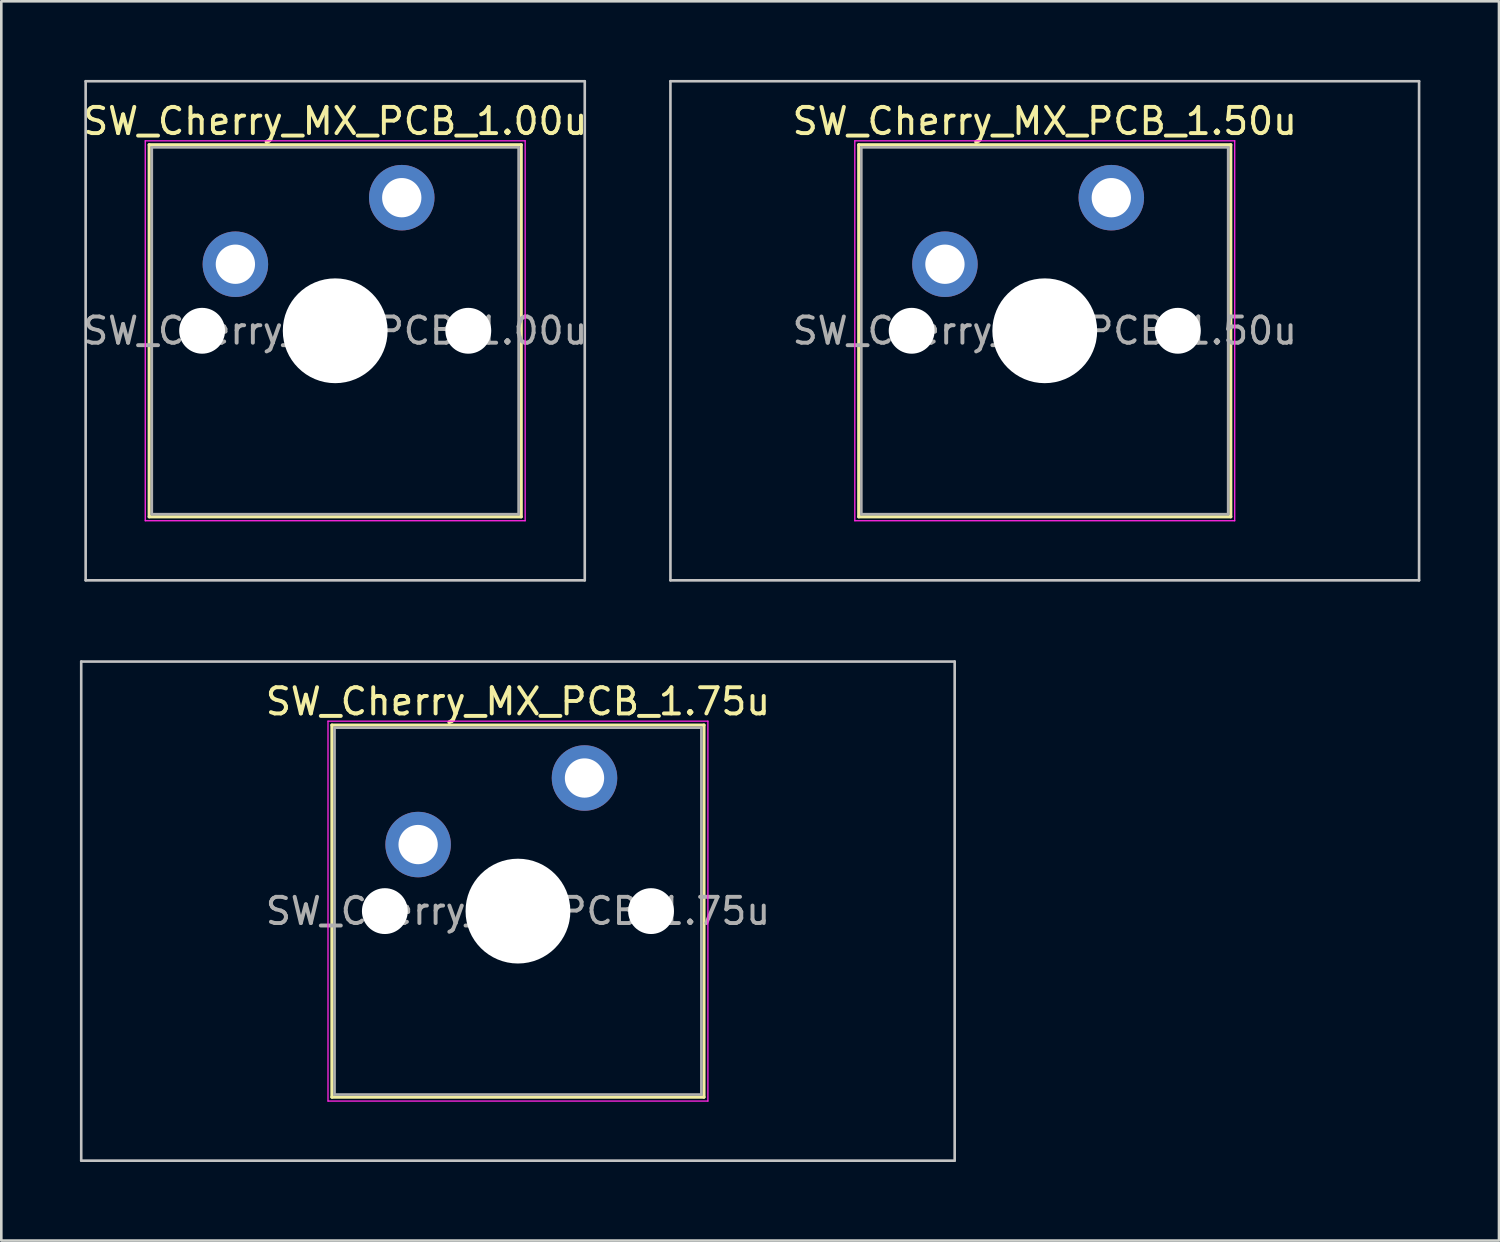
<source format=kicad_pcb>
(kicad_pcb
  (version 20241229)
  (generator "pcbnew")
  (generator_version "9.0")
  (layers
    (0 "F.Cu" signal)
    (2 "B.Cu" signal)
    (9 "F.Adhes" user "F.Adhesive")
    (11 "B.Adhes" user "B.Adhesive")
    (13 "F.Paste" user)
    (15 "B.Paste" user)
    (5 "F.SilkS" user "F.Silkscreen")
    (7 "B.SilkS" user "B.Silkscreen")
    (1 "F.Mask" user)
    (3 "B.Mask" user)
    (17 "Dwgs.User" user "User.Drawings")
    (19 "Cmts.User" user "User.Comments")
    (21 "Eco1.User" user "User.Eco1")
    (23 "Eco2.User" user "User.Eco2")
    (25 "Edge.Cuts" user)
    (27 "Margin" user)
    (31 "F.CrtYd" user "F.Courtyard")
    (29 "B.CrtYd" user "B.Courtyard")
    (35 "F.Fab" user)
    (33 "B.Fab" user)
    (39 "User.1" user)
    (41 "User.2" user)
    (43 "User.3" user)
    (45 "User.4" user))
  (footprint "SW_Cherry_MX_PCB_1.75u"
    (layer "F.Cu")
    (at 16.719 31.725)
    (property "Reference" "SW_Cherry_MX_PCB_1.75u" (at 0 -8 0) (layer "F.SilkS") (effects (font (size 1 1) (thickness 0.15))))
    (attr through_hole)
    (fp_line (start -7.1 -7.1) (end -7.1 7.1) (stroke (width 0.12) (type solid)) (layer "F.SilkS"))
    (fp_line (start -7.1 7.1) (end 7.1 7.1) (stroke (width 0.12) (type solid)) (layer "F.SilkS"))
    (fp_line (start 7.1 -7.1) (end -7.1 -7.1) (stroke (width 0.12) (type solid)) (layer "F.SilkS"))
    (fp_line (start 7.1 7.1) (end 7.1 -7.1) (stroke (width 0.12) (type solid)) (layer "F.SilkS"))
    (fp_line (start -16.669 -9.525) (end -16.669 9.525) (stroke (width 0.1) (type solid)) (layer "Dwgs.User"))
    (fp_line (start -16.669 9.525) (end 16.669 9.525) (stroke (width 0.1) (type solid)) (layer "Dwgs.User"))
    (fp_line (start 16.669 -9.525) (end -16.669 -9.525) (stroke (width 0.1) (type solid)) (layer "Dwgs.User"))
    (fp_line (start 16.669 9.525) (end 16.669 -9.525) (stroke (width 0.1) (type solid)) (layer "Dwgs.User"))
    (fp_line (start -7 -7) (end -7 7) (stroke (width 0.1) (type solid)) (layer "Eco1.User"))
    (fp_line (start -7 7) (end 7 7) (stroke (width 0.1) (type solid)) (layer "Eco1.User"))
    (fp_line (start 7 -7) (end -7 -7) (stroke (width 0.1) (type solid)) (layer "Eco1.User"))
    (fp_line (start 7 7) (end 7 -7) (stroke (width 0.1) (type solid)) (layer "Eco1.User"))
    (fp_line (start -7.25 -7.25) (end -7.25 7.25) (stroke (width 0.05) (type solid)) (layer "F.CrtYd"))
    (fp_line (start -7.25 7.25) (end 7.25 7.25) (stroke (width 0.05) (type solid)) (layer "F.CrtYd"))
    (fp_line (start 7.25 -7.25) (end -7.25 -7.25) (stroke (width 0.05) (type solid)) (layer "F.CrtYd"))
    (fp_line (start 7.25 7.25) (end 7.25 -7.25) (stroke (width 0.05) (type solid)) (layer "F.CrtYd"))
    (fp_line (start -7 -7) (end -7 7) (stroke (width 0.1) (type solid)) (layer "F.Fab"))
    (fp_line (start -7 7) (end 7 7) (stroke (width 0.1) (type solid)) (layer "F.Fab"))
    (fp_line (start 7 -7) (end -7 -7) (stroke (width 0.1) (type solid)) (layer "F.Fab"))
    (fp_line (start 7 7) (end 7 -7) (stroke (width 0.1) (type solid)) (layer "F.Fab"))
    (fp_text user "${REFERENCE}" (at 0 0 0) (layer "F.Fab") (effects (font (size 1 1) (thickness 0.15))))
    (pad "" np_thru_hole circle (at -5.08 0) (size 1.75 1.75) (drill 1.75) (layers "*.Cu" "*.Mask"))
    (pad "" np_thru_hole circle (at 0 0) (size 4 4) (drill 4) (layers "*.Cu" "*.Mask"))
    (pad "" np_thru_hole circle (at 5.08 0) (size 1.75 1.75) (drill 1.75) (layers "*.Cu" "*.Mask"))
    (pad "1" thru_hole circle (at -3.81 -2.54) (size 2.5 2.5) (drill 1.5) (layers "*.Cu" "B.Mask"))
    (pad "2" thru_hole circle (at 2.54 -5.08) (size 2.5 2.5) (drill 1.5) (layers "*.Cu" "B.Mask")))
  (footprint "SW_Cherry_MX_PCB_1.50u"
    (layer "F.Cu")
    (at 36.826 9.575)
    (property "Reference" "SW_Cherry_MX_PCB_1.50u" (at 0 -8 0) (layer "F.SilkS") (effects (font (size 1 1) (thickness 0.15))))
    (attr through_hole)
    (fp_line (start -7.1 -7.1) (end -7.1 7.1) (stroke (width 0.12) (type solid)) (layer "F.SilkS"))
    (fp_line (start -7.1 7.1) (end 7.1 7.1) (stroke (width 0.12) (type solid)) (layer "F.SilkS"))
    (fp_line (start 7.1 -7.1) (end -7.1 -7.1) (stroke (width 0.12) (type solid)) (layer "F.SilkS"))
    (fp_line (start 7.1 7.1) (end 7.1 -7.1) (stroke (width 0.12) (type solid)) (layer "F.SilkS"))
    (fp_line (start -14.287 -9.525) (end -14.287 9.525) (stroke (width 0.1) (type solid)) (layer "Dwgs.User"))
    (fp_line (start -14.287 9.525) (end 14.287 9.525) (stroke (width 0.1) (type solid)) (layer "Dwgs.User"))
    (fp_line (start 14.287 -9.525) (end -14.287 -9.525) (stroke (width 0.1) (type solid)) (layer "Dwgs.User"))
    (fp_line (start 14.287 9.525) (end 14.287 -9.525) (stroke (width 0.1) (type solid)) (layer "Dwgs.User"))
    (fp_line (start -7 -7) (end -7 7) (stroke (width 0.1) (type solid)) (layer "Eco1.User"))
    (fp_line (start -7 7) (end 7 7) (stroke (width 0.1) (type solid)) (layer "Eco1.User"))
    (fp_line (start 7 -7) (end -7 -7) (stroke (width 0.1) (type solid)) (layer "Eco1.User"))
    (fp_line (start 7 7) (end 7 -7) (stroke (width 0.1) (type solid)) (layer "Eco1.User"))
    (fp_line (start -7.25 -7.25) (end -7.25 7.25) (stroke (width 0.05) (type solid)) (layer "F.CrtYd"))
    (fp_line (start -7.25 7.25) (end 7.25 7.25) (stroke (width 0.05) (type solid)) (layer "F.CrtYd"))
    (fp_line (start 7.25 -7.25) (end -7.25 -7.25) (stroke (width 0.05) (type solid)) (layer "F.CrtYd"))
    (fp_line (start 7.25 7.25) (end 7.25 -7.25) (stroke (width 0.05) (type solid)) (layer "F.CrtYd"))
    (fp_line (start -7 -7) (end -7 7) (stroke (width 0.1) (type solid)) (layer "F.Fab"))
    (fp_line (start -7 7) (end 7 7) (stroke (width 0.1) (type solid)) (layer "F.Fab"))
    (fp_line (start 7 -7) (end -7 -7) (stroke (width 0.1) (type solid)) (layer "F.Fab"))
    (fp_line (start 7 7) (end 7 -7) (stroke (width 0.1) (type solid)) (layer "F.Fab"))
    (fp_text user "${REFERENCE}" (at 0 0 0) (layer "F.Fab") (effects (font (size 1 1) (thickness 0.15))))
    (pad "" np_thru_hole circle (at -5.08 0) (size 1.75 1.75) (drill 1.75) (layers "*.Cu" "*.Mask"))
    (pad "" np_thru_hole circle (at 0 0) (size 4 4) (drill 4) (layers "*.Cu" "*.Mask"))
    (pad "" np_thru_hole circle (at 5.08 0) (size 1.75 1.75) (drill 1.75) (layers "*.Cu" "*.Mask"))
    (pad "1" thru_hole circle (at -3.81 -2.54) (size 2.5 2.5) (drill 1.5) (layers "*.Cu" "B.Mask"))
    (pad "2" thru_hole circle (at 2.54 -5.08) (size 2.5 2.5) (drill 1.5) (layers "*.Cu" "B.Mask")))
  (footprint "SW_Cherry_MX_PCB_1.00u"
    (layer "F.Cu")
    (at 9.744 9.575)
    (property "Reference" "SW_Cherry_MX_PCB_1.00u" (at 0 -8 0) (layer "F.SilkS") (effects (font (size 1 1) (thickness 0.15))))
    (attr through_hole)
    (fp_line (start -7.1 -7.1) (end -7.1 7.1) (stroke (width 0.12) (type solid)) (layer "F.SilkS"))
    (fp_line (start -7.1 7.1) (end 7.1 7.1) (stroke (width 0.12) (type solid)) (layer "F.SilkS"))
    (fp_line (start 7.1 -7.1) (end -7.1 -7.1) (stroke (width 0.12) (type solid)) (layer "F.SilkS"))
    (fp_line (start 7.1 7.1) (end 7.1 -7.1) (stroke (width 0.12) (type solid)) (layer "F.SilkS"))
    (fp_line (start -9.525 -9.525) (end -9.525 9.525) (stroke (width 0.1) (type solid)) (layer "Dwgs.User"))
    (fp_line (start -9.525 9.525) (end 9.525 9.525) (stroke (width 0.1) (type solid)) (layer "Dwgs.User"))
    (fp_line (start 9.525 -9.525) (end -9.525 -9.525) (stroke (width 0.1) (type solid)) (layer "Dwgs.User"))
    (fp_line (start 9.525 9.525) (end 9.525 -9.525) (stroke (width 0.1) (type solid)) (layer "Dwgs.User"))
    (fp_line (start -7 -7) (end -7 7) (stroke (width 0.1) (type solid)) (layer "Eco1.User"))
    (fp_line (start -7 7) (end 7 7) (stroke (width 0.1) (type solid)) (layer "Eco1.User"))
    (fp_line (start 7 -7) (end -7 -7) (stroke (width 0.1) (type solid)) (layer "Eco1.User"))
    (fp_line (start 7 7) (end 7 -7) (stroke (width 0.1) (type solid)) (layer "Eco1.User"))
    (fp_line (start -7.25 -7.25) (end -7.25 7.25) (stroke (width 0.05) (type solid)) (layer "F.CrtYd"))
    (fp_line (start -7.25 7.25) (end 7.25 7.25) (stroke (width 0.05) (type solid)) (layer "F.CrtYd"))
    (fp_line (start 7.25 -7.25) (end -7.25 -7.25) (stroke (width 0.05) (type solid)) (layer "F.CrtYd"))
    (fp_line (start 7.25 7.25) (end 7.25 -7.25) (stroke (width 0.05) (type solid)) (layer "F.CrtYd"))
    (fp_line (start -7 -7) (end -7 7) (stroke (width 0.1) (type solid)) (layer "F.Fab"))
    (fp_line (start -7 7) (end 7 7) (stroke (width 0.1) (type solid)) (layer "F.Fab"))
    (fp_line (start 7 -7) (end -7 -7) (stroke (width 0.1) (type solid)) (layer "F.Fab"))
    (fp_line (start 7 7) (end 7 -7) (stroke (width 0.1) (type solid)) (layer "F.Fab"))
    (fp_text user "${REFERENCE}" (at 0 0 0) (layer "F.Fab") (effects (font (size 1 1) (thickness 0.15))))
    (pad "" np_thru_hole circle (at -5.08 0) (size 1.75 1.75) (drill 1.75) (layers "*.Cu" "*.Mask"))
    (pad "" np_thru_hole circle (at 0 0) (size 4 4) (drill 4) (layers "*.Cu" "*.Mask"))
    (pad "" np_thru_hole circle (at 5.08 0) (size 1.75 1.75) (drill 1.75) (layers "*.Cu" "*.Mask"))
    (pad "1" thru_hole circle (at -3.81 -2.54) (size 2.5 2.5) (drill 1.5) (layers "*.Cu" "B.Mask"))
    (pad "2" thru_hole circle (at 2.54 -5.08) (size 2.5 2.5) (drill 1.5) (layers "*.Cu" "B.Mask")))
  (gr_rect
    (start -3 -3)
    (end 54.163 44.3)
    (stroke (width 0.1) (type default))
    (fill no)
    (layer "Edge.Cuts")))
</source>
